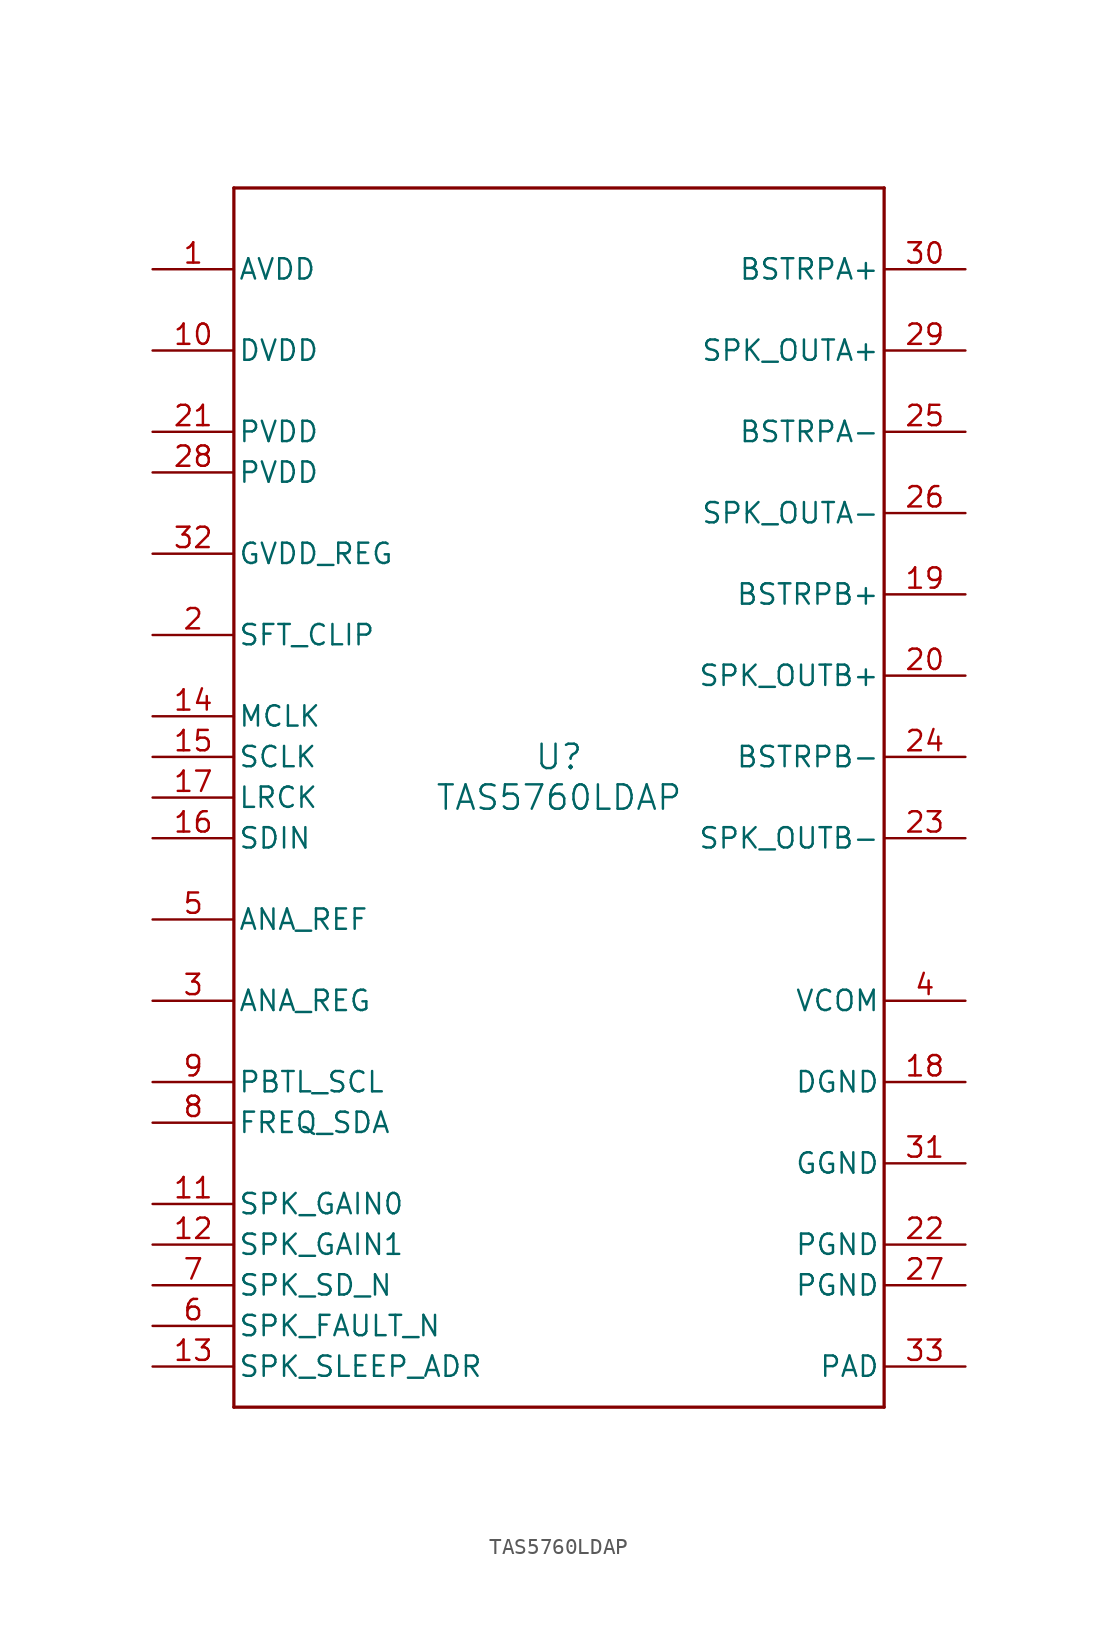
<source format=kicad_sym>
(kicad_symbol_lib
  (version 20211014)
  (generator kicad_symbol_editor)
  (symbol "TAS5760LDAP"
    (pin_names
      (offset 0.254))
    (property "Reference" "U"
      (at 0 2.54 0)
      (effects (font (size 1.524 1.524))))
    (property "Value" "TAS5760LDAP"
      (at 0 0 0)
      (effects (font (size 1.524 1.524))))
    (symbol "TAS5760LDAP_0_1"
      (polyline (pts (xy -20.32 -38.1) (xy 20.32 -38.1)) (stroke (width 0.203) (type default) (color 0 0 0 0)) (fill (type none)))
      (polyline (pts (xy 20.32 -38.1) (xy 20.32 38.1)) (stroke (width 0.203) (type default) (color 0 0 0 0)) (fill (type none)))
      (polyline (pts (xy 20.32 38.1) (xy -20.32 38.1)) (stroke (width 0.203) (type default) (color 0 0 0 0)) (fill (type none)))
      (polyline (pts (xy -20.32 38.1) (xy -20.32 -38.1)) (stroke (width 0.203) (type default) (color 0 0 0 0)) (fill (type none)))
      (pin power_in line (at -25.4 33.02 0) (length 5.08) (name "AVDD" (effects (font (size 1.27 1.27)))) (number "1" (effects (font (size 1.27 1.27)))))
      (pin input line (at -25.4 10.16 0) (length 5.08) (name "SFT_CLIP" (effects (font (size 1.27 1.27)))) (number "2" (effects (font (size 1.27 1.27)))))
      (pin unspecified line (at -25.4 -12.7 0) (length 5.08) (name "ANA_REG" (effects (font (size 1.27 1.27)))) (number "3" (effects (font (size 1.27 1.27)))))
      (pin power_in line (at 25.4 -12.7 180) (length 5.08) (name "VCOM" (effects (font (size 1.27 1.27)))) (number "4" (effects (font (size 1.27 1.27)))))
      (pin power_in line (at -25.4 -7.62 0) (length 5.08) (name "ANA_REF" (effects (font (size 1.27 1.27)))) (number "5" (effects (font (size 1.27 1.27)))))
      (pin output line (at -25.4 -33.02 0) (length 5.08) (name "SPK_FAULT_N" (effects (font (size 1.27 1.27)))) (number "6" (effects (font (size 1.27 1.27)))))
      (pin input line (at -25.4 -30.48 0) (length 5.08) (name "SPK_SD_N" (effects (font (size 1.27 1.27)))) (number "7" (effects (font (size 1.27 1.27)))))
      (pin input line (at -25.4 -20.32 0) (length 5.08) (name "FREQ_SDA" (effects (font (size 1.27 1.27)))) (number "8" (effects (font (size 1.27 1.27)))))
      (pin input line (at -25.4 -17.78 0) (length 5.08) (name "PBTL_SCL" (effects (font (size 1.27 1.27)))) (number "9" (effects (font (size 1.27 1.27)))))
      (pin power_in line (at -25.4 27.94 0) (length 5.08) (name "DVDD" (effects (font (size 1.27 1.27)))) (number "10" (effects (font (size 1.27 1.27)))))
      (pin input line (at -25.4 -25.4 0) (length 5.08) (name "SPK_GAIN0" (effects (font (size 1.27 1.27)))) (number "11" (effects (font (size 1.27 1.27)))))
      (pin input line (at -25.4 -27.94 0) (length 5.08) (name "SPK_GAIN1" (effects (font (size 1.27 1.27)))) (number "12" (effects (font (size 1.27 1.27)))))
      (pin input line (at -25.4 -35.56 0) (length 5.08) (name "SPK_SLEEP_ADR" (effects (font (size 1.27 1.27)))) (number "13" (effects (font (size 1.27 1.27)))))
      (pin input line (at -25.4 5.08 0) (length 5.08) (name "MCLK" (effects (font (size 1.27 1.27)))) (number "14" (effects (font (size 1.27 1.27)))))
      (pin input line (at -25.4 2.54 0) (length 5.08) (name "SCLK" (effects (font (size 1.27 1.27)))) (number "15" (effects (font (size 1.27 1.27)))))
      (pin input line (at -25.4 -2.54 0) (length 5.08) (name "SDIN" (effects (font (size 1.27 1.27)))) (number "16" (effects (font (size 1.27 1.27)))))
      (pin input line (at -25.4 0 0) (length 5.08) (name "LRCK" (effects (font (size 1.27 1.27)))) (number "17" (effects (font (size 1.27 1.27)))))
      (pin power_in line (at 25.4 -17.78 180) (length 5.08) (name "DGND" (effects (font (size 1.27 1.27)))) (number "18" (effects (font (size 1.27 1.27)))))
      (pin power_in line (at 25.4 12.7 180) (length 5.08) (name "BSTRPB+" (effects (font (size 1.27 1.27)))) (number "19" (effects (font (size 1.27 1.27)))))
      (pin output line (at 25.4 7.62 180) (length 5.08) (name "SPK_OUTB+" (effects (font (size 1.27 1.27)))) (number "20" (effects (font (size 1.27 1.27)))))
      (pin power_in line (at -25.4 22.86 0) (length 5.08) (name "PVDD" (effects (font (size 1.27 1.27)))) (number "21" (effects (font (size 1.27 1.27)))))
      (pin power_in line (at 25.4 -27.94 180) (length 5.08) (name "PGND" (effects (font (size 1.27 1.27)))) (number "22" (effects (font (size 1.27 1.27)))))
      (pin output line (at 25.4 -2.54 180) (length 5.08) (name "SPK_OUTB-" (effects (font (size 1.27 1.27)))) (number "23" (effects (font (size 1.27 1.27)))))
      (pin power_in line (at 25.4 2.54 180) (length 5.08) (name "BSTRPB-" (effects (font (size 1.27 1.27)))) (number "24" (effects (font (size 1.27 1.27)))))
      (pin power_in line (at 25.4 22.86 180) (length 5.08) (name "BSTRPA-" (effects (font (size 1.27 1.27)))) (number "25" (effects (font (size 1.27 1.27)))))
      (pin output line (at 25.4 17.78 180) (length 5.08) (name "SPK_OUTA-" (effects (font (size 1.27 1.27)))) (number "26" (effects (font (size 1.27 1.27)))))
      (pin power_in line (at 25.4 -30.48 180) (length 5.08) (name "PGND" (effects (font (size 1.27 1.27)))) (number "27" (effects (font (size 1.27 1.27)))))
      (pin power_in line (at -25.4 20.32 0) (length 5.08) (name "PVDD" (effects (font (size 1.27 1.27)))) (number "28" (effects (font (size 1.27 1.27)))))
      (pin output line (at 25.4 27.94 180) (length 5.08) (name "SPK_OUTA+" (effects (font (size 1.27 1.27)))) (number "29" (effects (font (size 1.27 1.27)))))
      (pin power_in line (at 25.4 33.02 180) (length 5.08) (name "BSTRPA+" (effects (font (size 1.27 1.27)))) (number "30" (effects (font (size 1.27 1.27)))))
      (pin power_in line (at 25.4 -22.86 180) (length 5.08) (name "GGND" (effects (font (size 1.27 1.27)))) (number "31" (effects (font (size 1.27 1.27)))))
      (pin output line (at -25.4 15.24 0) (length 5.08) (name "GVDD_REG" (effects (font (size 1.27 1.27)))) (number "32" (effects (font (size 1.27 1.27)))))
      (pin power_in line (at 25.4 -35.56 180) (length 5.08) (name "PAD" (effects (font (size 1.27 1.27)))) (number "33" (effects (font (size 1.27 1.27))))))))
</source>
